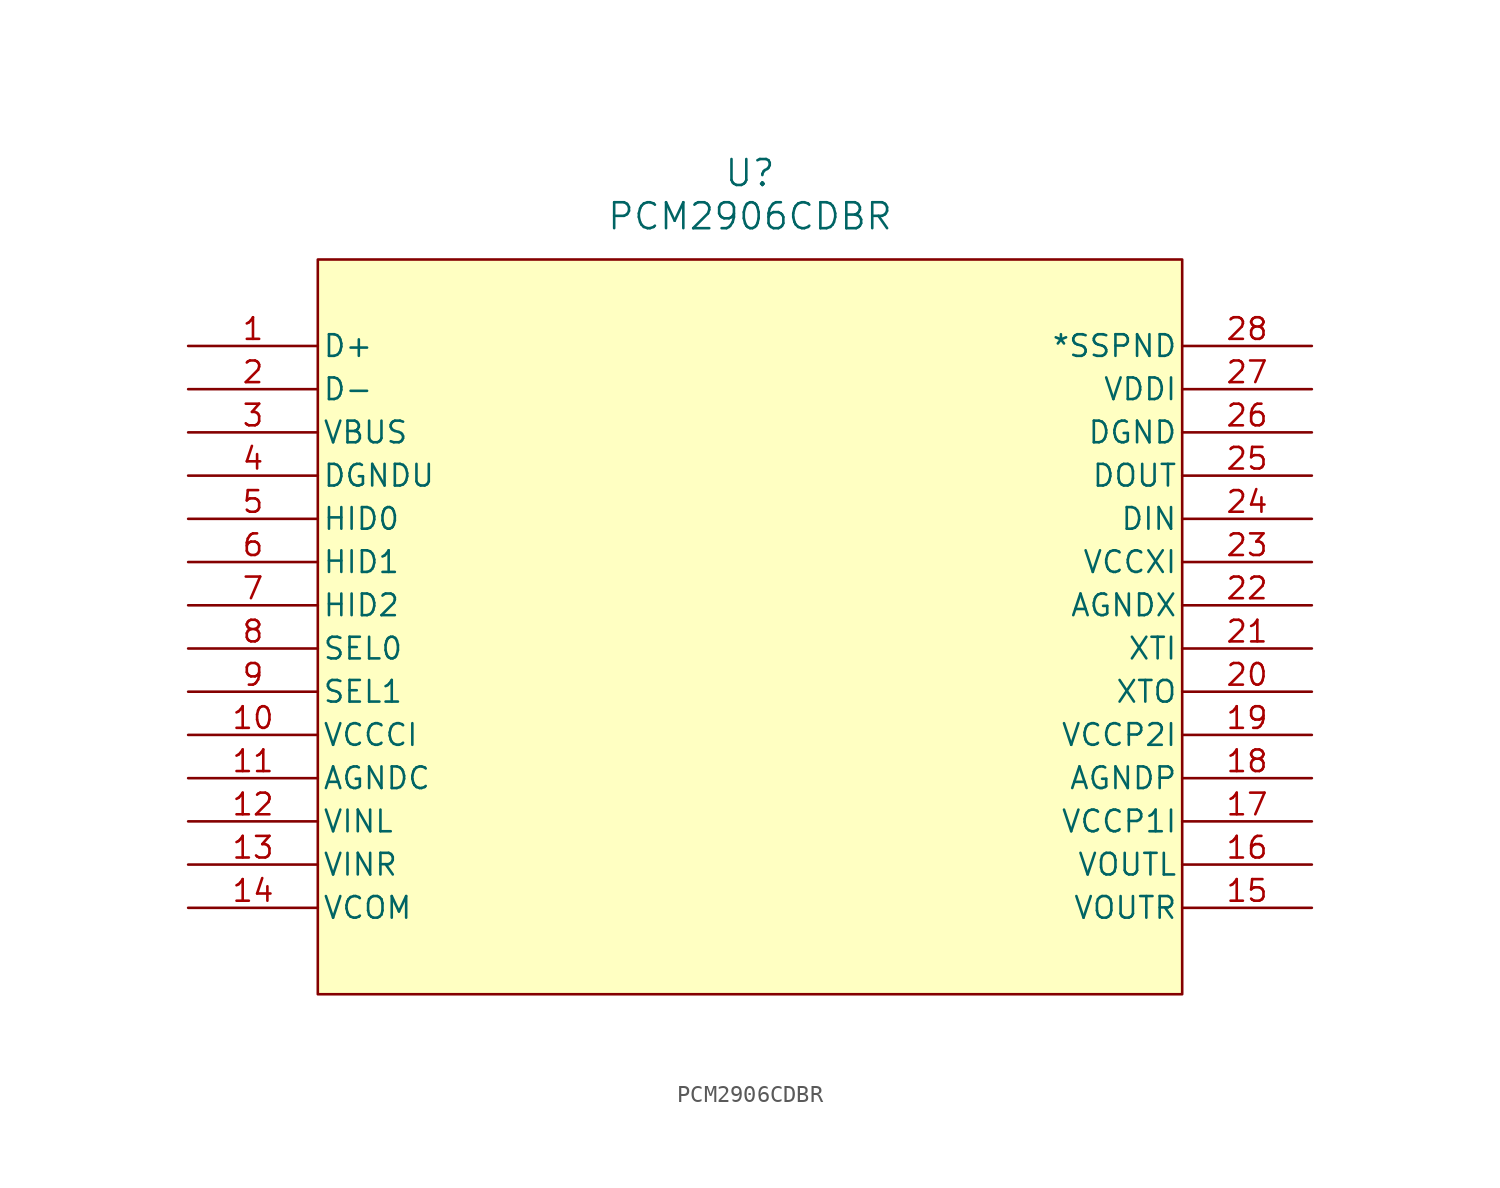
<source format=kicad_sym>
(kicad_symbol_lib
  (version 20241209)
  (generator "kicad_symbol_editor")
  (generator_version "9.0")
  (symbol "PCM2906CDBR"
    (pin_names
      (offset 0.254))
    (property "Reference" "U"
      (at 33.02 10.16 0)
      (effects (font (size 1.524 1.524))))
    (property "Value" "PCM2906CDBR"
      (at 33.02 7.62 0)
      (effects (font (size 1.524 1.524))))
    (property "ki_locked" ""
      (at 0 0 0)
      (effects (font (size 1.27 1.27))))
    (symbol "PCM2906CDBR_0_1"
      (pin bidirectional line (at 0 0 0) (length 7.62) (name "D+" (effects (font (size 1.27 1.27)))) (number "1" (effects (font (size 1.27 1.27)))))
      (pin bidirectional line (at 0 -2.54 0) (length 7.62) (name "D-" (effects (font (size 1.27 1.27)))) (number "2" (effects (font (size 1.27 1.27)))))
      (pin power_in line (at 0 -5.08 0) (length 7.62) (name "VBUS" (effects (font (size 1.27 1.27)))) (number "3" (effects (font (size 1.27 1.27)))))
      (pin power_in line (at 0 -7.62 0) (length 7.62) (name "DGNDU" (effects (font (size 1.27 1.27)))) (number "4" (effects (font (size 1.27 1.27)))))
      (pin input line (at 0 -10.16 0) (length 7.62) (name "HID0" (effects (font (size 1.27 1.27)))) (number "5" (effects (font (size 1.27 1.27)))))
      (pin input line (at 0 -12.7 0) (length 7.62) (name "HID1" (effects (font (size 1.27 1.27)))) (number "6" (effects (font (size 1.27 1.27)))))
      (pin input line (at 0 -15.24 0) (length 7.62) (name "HID2" (effects (font (size 1.27 1.27)))) (number "7" (effects (font (size 1.27 1.27)))))
      (pin input line (at 0 -17.78 0) (length 7.62) (name "SEL0" (effects (font (size 1.27 1.27)))) (number "8" (effects (font (size 1.27 1.27)))))
      (pin input line (at 0 -20.32 0) (length 7.62) (name "SEL1" (effects (font (size 1.27 1.27)))) (number "9" (effects (font (size 1.27 1.27)))))
      (pin power_in line (at 0 -22.86 0) (length 7.62) (name "VCCCI" (effects (font (size 1.27 1.27)))) (number "10" (effects (font (size 1.27 1.27)))))
      (pin power_in line (at 0 -25.4 0) (length 7.62) (name "AGNDC" (effects (font (size 1.27 1.27)))) (number "11" (effects (font (size 1.27 1.27)))))
      (pin input line (at 0 -27.94 0) (length 7.62) (name "VINL" (effects (font (size 1.27 1.27)))) (number "12" (effects (font (size 1.27 1.27)))))
      (pin input line (at 0 -30.48 0) (length 7.62) (name "VINR" (effects (font (size 1.27 1.27)))) (number "13" (effects (font (size 1.27 1.27)))))
      (pin power_in line (at 0 -33.02 0) (length 7.62) (name "VCOM" (effects (font (size 1.27 1.27)))) (number "14" (effects (font (size 1.27 1.27)))))
      (pin output line (at 66.04 0 180) (length 7.62) (name "*SSPND" (effects (font (size 1.27 1.27)))) (number "28" (effects (font (size 1.27 1.27)))))
      (pin power_in line (at 66.04 -2.54 180) (length 7.62) (name "VDDI" (effects (font (size 1.27 1.27)))) (number "27" (effects (font (size 1.27 1.27)))))
      (pin power_in line (at 66.04 -5.08 180) (length 7.62) (name "DGND" (effects (font (size 1.27 1.27)))) (number "26" (effects (font (size 1.27 1.27)))))
      (pin output line (at 66.04 -7.62 180) (length 7.62) (name "DOUT" (effects (font (size 1.27 1.27)))) (number "25" (effects (font (size 1.27 1.27)))))
      (pin input line (at 66.04 -10.16 180) (length 7.62) (name "DIN" (effects (font (size 1.27 1.27)))) (number "24" (effects (font (size 1.27 1.27)))))
      (pin power_in line (at 66.04 -12.7 180) (length 7.62) (name "VCCXI" (effects (font (size 1.27 1.27)))) (number "23" (effects (font (size 1.27 1.27)))))
      (pin power_in line (at 66.04 -15.24 180) (length 7.62) (name "AGNDX" (effects (font (size 1.27 1.27)))) (number "22" (effects (font (size 1.27 1.27)))))
      (pin input line (at 66.04 -17.78 180) (length 7.62) (name "XTI" (effects (font (size 1.27 1.27)))) (number "21" (effects (font (size 1.27 1.27)))))
      (pin output line (at 66.04 -20.32 180) (length 7.62) (name "XTO" (effects (font (size 1.27 1.27)))) (number "20" (effects (font (size 1.27 1.27)))))
      (pin power_in line (at 66.04 -22.86 180) (length 7.62) (name "VCCP2I" (effects (font (size 1.27 1.27)))) (number "19" (effects (font (size 1.27 1.27)))))
      (pin power_in line (at 66.04 -25.4 180) (length 7.62) (name "AGNDP" (effects (font (size 1.27 1.27)))) (number "18" (effects (font (size 1.27 1.27)))))
      (pin power_in line (at 66.04 -27.94 180) (length 7.62) (name "VCCP1I" (effects (font (size 1.27 1.27)))) (number "17" (effects (font (size 1.27 1.27)))))
      (pin output line (at 66.04 -30.48 180) (length 7.62) (name "VOUTL" (effects (font (size 1.27 1.27)))) (number "16" (effects (font (size 1.27 1.27)))))
      (pin output line (at 66.04 -33.02 180) (length 7.62) (name "VOUTR" (effects (font (size 1.27 1.27)))) (number "15" (effects (font (size 1.27 1.27))))))
    (symbol "PCM2906CDBR_1_1"
      (text_box "" (at 7.62 5.08 0) (size 50.8 -43.18) (margins 1.016 1.016 1.016 1.016) (stroke (width 0) (type solid)) (fill (type color) (color 255 255 194 1)) (effects (font (size 1.27 1.27)) (justify left top))))))
</source>
